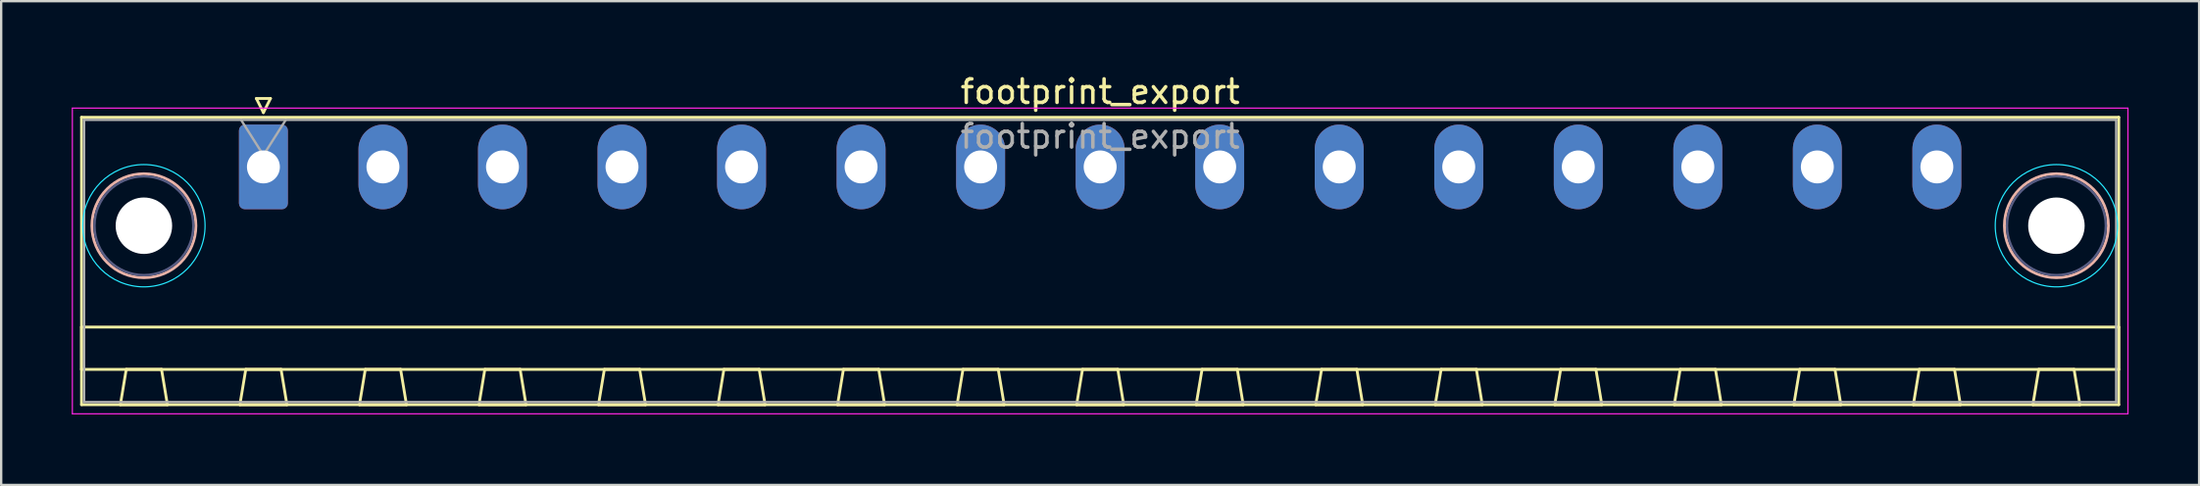
<source format=kicad_pcb>
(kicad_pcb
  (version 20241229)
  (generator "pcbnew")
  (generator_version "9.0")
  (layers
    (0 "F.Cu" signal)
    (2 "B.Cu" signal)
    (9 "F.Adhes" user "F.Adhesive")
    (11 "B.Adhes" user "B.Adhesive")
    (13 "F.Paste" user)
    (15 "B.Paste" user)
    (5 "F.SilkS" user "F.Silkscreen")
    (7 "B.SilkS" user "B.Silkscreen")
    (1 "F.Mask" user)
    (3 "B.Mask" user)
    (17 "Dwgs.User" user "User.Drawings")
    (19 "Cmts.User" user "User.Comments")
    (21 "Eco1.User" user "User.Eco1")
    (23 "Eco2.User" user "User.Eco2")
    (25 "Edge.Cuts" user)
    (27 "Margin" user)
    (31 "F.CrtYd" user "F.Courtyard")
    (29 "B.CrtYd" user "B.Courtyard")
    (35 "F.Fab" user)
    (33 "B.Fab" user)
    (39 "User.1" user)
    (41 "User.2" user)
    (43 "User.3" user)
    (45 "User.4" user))
  (footprint "footprint_export"
    (layer "F.Cu")
    (at 8.145 4.048)
    (property "Reference" "footprint_export" (at 35.56 -3.2 0) (layer "F.SilkS") (effects (font (size 1 1) (thickness 0.15))))
    (attr through_hole)
    (fp_line (start -7.73 -2.11) (end -7.73 10.11) (stroke (width 0.12) (type solid)) (layer "F.SilkS"))
    (fp_line (start -7.73 6.81) (end 78.85 6.81) (stroke (width 0.12) (type solid)) (layer "F.SilkS"))
    (fp_line (start -7.73 8.61) (end -7.73 6.81) (stroke (width 0.12) (type solid)) (layer "F.SilkS"))
    (fp_line (start -7.73 10.11) (end 78.85 10.11) (stroke (width 0.12) (type solid)) (layer "F.SilkS"))
    (fp_line (start -6.08 10.11) (end -4.08 10.11) (stroke (width 0.12) (type solid)) (layer "F.SilkS"))
    (fp_line (start -5.83 8.61) (end -6.08 10.11) (stroke (width 0.12) (type solid)) (layer "F.SilkS"))
    (fp_line (start -4.33 8.61) (end -5.83 8.61) (stroke (width 0.12) (type solid)) (layer "F.SilkS"))
    (fp_line (start -4.08 10.11) (end -4.33 8.61) (stroke (width 0.12) (type solid)) (layer "F.SilkS"))
    (fp_line (start -1 10.11) (end 1 10.11) (stroke (width 0.12) (type solid)) (layer "F.SilkS"))
    (fp_line (start -0.75 8.61) (end -1 10.11) (stroke (width 0.12) (type solid)) (layer "F.SilkS"))
    (fp_line (start -0.3 -2.91) (end 0.3 -2.91) (stroke (width 0.12) (type solid)) (layer "F.SilkS"))
    (fp_line (start 0 -2.31) (end -0.3 -2.91) (stroke (width 0.12) (type solid)) (layer "F.SilkS"))
    (fp_line (start 0.3 -2.91) (end 0 -2.31) (stroke (width 0.12) (type solid)) (layer "F.SilkS"))
    (fp_line (start 0.75 8.61) (end -0.75 8.61) (stroke (width 0.12) (type solid)) (layer "F.SilkS"))
    (fp_line (start 1 10.11) (end 0.75 8.61) (stroke (width 0.12) (type solid)) (layer "F.SilkS"))
    (fp_line (start 4.08 10.11) (end 6.08 10.11) (stroke (width 0.12) (type solid)) (layer "F.SilkS"))
    (fp_line (start 4.33 8.61) (end 4.08 10.11) (stroke (width 0.12) (type solid)) (layer "F.SilkS"))
    (fp_line (start 5.83 8.61) (end 4.33 8.61) (stroke (width 0.12) (type solid)) (layer "F.SilkS"))
    (fp_line (start 6.08 10.11) (end 5.83 8.61) (stroke (width 0.12) (type solid)) (layer "F.SilkS"))
    (fp_line (start 9.16 10.11) (end 11.16 10.11) (stroke (width 0.12) (type solid)) (layer "F.SilkS"))
    (fp_line (start 9.41 8.61) (end 9.16 10.11) (stroke (width 0.12) (type solid)) (layer "F.SilkS"))
    (fp_line (start 10.91 8.61) (end 9.41 8.61) (stroke (width 0.12) (type solid)) (layer "F.SilkS"))
    (fp_line (start 11.16 10.11) (end 10.91 8.61) (stroke (width 0.12) (type solid)) (layer "F.SilkS"))
    (fp_line (start 14.24 10.11) (end 16.24 10.11) (stroke (width 0.12) (type solid)) (layer "F.SilkS"))
    (fp_line (start 14.49 8.61) (end 14.24 10.11) (stroke (width 0.12) (type solid)) (layer "F.SilkS"))
    (fp_line (start 15.99 8.61) (end 14.49 8.61) (stroke (width 0.12) (type solid)) (layer "F.SilkS"))
    (fp_line (start 16.24 10.11) (end 15.99 8.61) (stroke (width 0.12) (type solid)) (layer "F.SilkS"))
    (fp_line (start 19.32 10.11) (end 21.32 10.11) (stroke (width 0.12) (type solid)) (layer "F.SilkS"))
    (fp_line (start 19.57 8.61) (end 19.32 10.11) (stroke (width 0.12) (type solid)) (layer "F.SilkS"))
    (fp_line (start 21.07 8.61) (end 19.57 8.61) (stroke (width 0.12) (type solid)) (layer "F.SilkS"))
    (fp_line (start 21.32 10.11) (end 21.07 8.61) (stroke (width 0.12) (type solid)) (layer "F.SilkS"))
    (fp_line (start 24.4 10.11) (end 26.4 10.11) (stroke (width 0.12) (type solid)) (layer "F.SilkS"))
    (fp_line (start 24.65 8.61) (end 24.4 10.11) (stroke (width 0.12) (type solid)) (layer "F.SilkS"))
    (fp_line (start 26.15 8.61) (end 24.65 8.61) (stroke (width 0.12) (type solid)) (layer "F.SilkS"))
    (fp_line (start 26.4 10.11) (end 26.15 8.61) (stroke (width 0.12) (type solid)) (layer "F.SilkS"))
    (fp_line (start 29.48 10.11) (end 31.48 10.11) (stroke (width 0.12) (type solid)) (layer "F.SilkS"))
    (fp_line (start 29.73 8.61) (end 29.48 10.11) (stroke (width 0.12) (type solid)) (layer "F.SilkS"))
    (fp_line (start 31.23 8.61) (end 29.73 8.61) (stroke (width 0.12) (type solid)) (layer "F.SilkS"))
    (fp_line (start 31.48 10.11) (end 31.23 8.61) (stroke (width 0.12) (type solid)) (layer "F.SilkS"))
    (fp_line (start 34.56 10.11) (end 36.56 10.11) (stroke (width 0.12) (type solid)) (layer "F.SilkS"))
    (fp_line (start 34.81 8.61) (end 34.56 10.11) (stroke (width 0.12) (type solid)) (layer "F.SilkS"))
    (fp_line (start 36.31 8.61) (end 34.81 8.61) (stroke (width 0.12) (type solid)) (layer "F.SilkS"))
    (fp_line (start 36.56 10.11) (end 36.31 8.61) (stroke (width 0.12) (type solid)) (layer "F.SilkS"))
    (fp_line (start 39.64 10.11) (end 41.64 10.11) (stroke (width 0.12) (type solid)) (layer "F.SilkS"))
    (fp_line (start 39.89 8.61) (end 39.64 10.11) (stroke (width 0.12) (type solid)) (layer "F.SilkS"))
    (fp_line (start 41.39 8.61) (end 39.89 8.61) (stroke (width 0.12) (type solid)) (layer "F.SilkS"))
    (fp_line (start 41.64 10.11) (end 41.39 8.61) (stroke (width 0.12) (type solid)) (layer "F.SilkS"))
    (fp_line (start 44.72 10.11) (end 46.72 10.11) (stroke (width 0.12) (type solid)) (layer "F.SilkS"))
    (fp_line (start 44.97 8.61) (end 44.72 10.11) (stroke (width 0.12) (type solid)) (layer "F.SilkS"))
    (fp_line (start 46.47 8.61) (end 44.97 8.61) (stroke (width 0.12) (type solid)) (layer "F.SilkS"))
    (fp_line (start 46.72 10.11) (end 46.47 8.61) (stroke (width 0.12) (type solid)) (layer "F.SilkS"))
    (fp_line (start 49.8 10.11) (end 51.8 10.11) (stroke (width 0.12) (type solid)) (layer "F.SilkS"))
    (fp_line (start 50.05 8.61) (end 49.8 10.11) (stroke (width 0.12) (type solid)) (layer "F.SilkS"))
    (fp_line (start 51.55 8.61) (end 50.05 8.61) (stroke (width 0.12) (type solid)) (layer "F.SilkS"))
    (fp_line (start 51.8 10.11) (end 51.55 8.61) (stroke (width 0.12) (type solid)) (layer "F.SilkS"))
    (fp_line (start 54.88 10.11) (end 56.88 10.11) (stroke (width 0.12) (type solid)) (layer "F.SilkS"))
    (fp_line (start 55.13 8.61) (end 54.88 10.11) (stroke (width 0.12) (type solid)) (layer "F.SilkS"))
    (fp_line (start 56.63 8.61) (end 55.13 8.61) (stroke (width 0.12) (type solid)) (layer "F.SilkS"))
    (fp_line (start 56.88 10.11) (end 56.63 8.61) (stroke (width 0.12) (type solid)) (layer "F.SilkS"))
    (fp_line (start 59.96 10.11) (end 61.96 10.11) (stroke (width 0.12) (type solid)) (layer "F.SilkS"))
    (fp_line (start 60.21 8.61) (end 59.96 10.11) (stroke (width 0.12) (type solid)) (layer "F.SilkS"))
    (fp_line (start 61.71 8.61) (end 60.21 8.61) (stroke (width 0.12) (type solid)) (layer "F.SilkS"))
    (fp_line (start 61.96 10.11) (end 61.71 8.61) (stroke (width 0.12) (type solid)) (layer "F.SilkS"))
    (fp_line (start 65.04 10.11) (end 67.04 10.11) (stroke (width 0.12) (type solid)) (layer "F.SilkS"))
    (fp_line (start 65.29 8.61) (end 65.04 10.11) (stroke (width 0.12) (type solid)) (layer "F.SilkS"))
    (fp_line (start 66.79 8.61) (end 65.29 8.61) (stroke (width 0.12) (type solid)) (layer "F.SilkS"))
    (fp_line (start 67.04 10.11) (end 66.79 8.61) (stroke (width 0.12) (type solid)) (layer "F.SilkS"))
    (fp_line (start 70.12 10.11) (end 72.12 10.11) (stroke (width 0.12) (type solid)) (layer "F.SilkS"))
    (fp_line (start 70.37 8.61) (end 70.12 10.11) (stroke (width 0.12) (type solid)) (layer "F.SilkS"))
    (fp_line (start 71.87 8.61) (end 70.37 8.61) (stroke (width 0.12) (type solid)) (layer "F.SilkS"))
    (fp_line (start 72.12 10.11) (end 71.87 8.61) (stroke (width 0.12) (type solid)) (layer "F.SilkS"))
    (fp_line (start 75.2 10.11) (end 77.2 10.11) (stroke (width 0.12) (type solid)) (layer "F.SilkS"))
    (fp_line (start 75.45 8.61) (end 75.2 10.11) (stroke (width 0.12) (type solid)) (layer "F.SilkS"))
    (fp_line (start 76.95 8.61) (end 75.45 8.61) (stroke (width 0.12) (type solid)) (layer "F.SilkS"))
    (fp_line (start 77.2 10.11) (end 76.95 8.61) (stroke (width 0.12) (type solid)) (layer "F.SilkS"))
    (fp_line (start 78.85 -2.11) (end -7.73 -2.11) (stroke (width 0.12) (type solid)) (layer "F.SilkS"))
    (fp_line (start 78.85 6.81) (end 78.85 8.61) (stroke (width 0.12) (type solid)) (layer "F.SilkS"))
    (fp_line (start 78.85 8.61) (end -7.73 8.61) (stroke (width 0.12) (type solid)) (layer "F.SilkS"))
    (fp_line (start 78.85 10.11) (end 78.85 -2.11) (stroke (width 0.12) (type solid)) (layer "F.SilkS"))
    (fp_circle (center -5.08 2.5) (end -2.87 2.5) (stroke (width 0.12) (type solid)) (fill no) (layer "B.SilkS"))
    (fp_circle (center 76.2 2.5) (end 78.41 2.5) (stroke (width 0.12) (type solid)) (fill no) (layer "B.SilkS"))
    (fp_circle (center -5.08 2.5) (end -2.48 2.5) (stroke (width 0.05) (type solid)) (fill no) (layer "B.CrtYd"))
    (fp_circle (center 76.2 2.5) (end 78.8 2.5) (stroke (width 0.05) (type solid)) (fill no) (layer "B.CrtYd"))
    (fp_line (start -8.12 -2.5) (end -8.12 10.5) (stroke (width 0.05) (type solid)) (layer "F.CrtYd"))
    (fp_line (start -8.12 10.5) (end 79.24 10.5) (stroke (width 0.05) (type solid)) (layer "F.CrtYd"))
    (fp_line (start 79.24 -2.5) (end -8.12 -2.5) (stroke (width 0.05) (type solid)) (layer "F.CrtYd"))
    (fp_line (start 79.24 10.5) (end 79.24 -2.5) (stroke (width 0.05) (type solid)) (layer "F.CrtYd"))
    (fp_circle (center -5.08 2.5) (end -2.98 2.5) (stroke (width 0.1) (type solid)) (fill no) (layer "B.Fab"))
    (fp_circle (center 76.2 2.5) (end 78.3 2.5) (stroke (width 0.1) (type solid)) (fill no) (layer "B.Fab"))
    (fp_line (start -7.62 -2) (end -7.62 10) (stroke (width 0.1) (type solid)) (layer "F.Fab"))
    (fp_line (start -7.62 10) (end 78.74 10) (stroke (width 0.1) (type solid)) (layer "F.Fab"))
    (fp_line (start 0 -0.5) (end -0.95 -2) (stroke (width 0.1) (type solid)) (layer "F.Fab"))
    (fp_line (start 0.95 -2) (end 0 -0.5) (stroke (width 0.1) (type solid)) (layer "F.Fab"))
    (fp_line (start 78.74 -2) (end -7.62 -2) (stroke (width 0.1) (type solid)) (layer "F.Fab"))
    (fp_line (start 78.74 10) (end 78.74 -2) (stroke (width 0.1) (type solid)) (layer "F.Fab"))
    (fp_text user "${REFERENCE}" (at 35.56 -1.3 0) (layer "F.Fab") (effects (font (size 1 1) (thickness 0.15))))
    (pad "" np_thru_hole circle (at -5.08 2.5) (size 2.4 2.4) (drill 2.4) (layers "*.Cu" "*.Mask"))
    (pad "" np_thru_hole circle (at 76.2 2.5) (size 2.4 2.4) (drill 2.4) (layers "*.Cu" "*.Mask"))
    (pad "1" thru_hole roundrect (at 0 0) (size 2.08 3.6) (drill 1.4) (layers "*.Cu" "*.Mask") (roundrect_rratio 0.12))
    (pad "2" thru_hole oval (at 5.08 0) (size 2.08 3.6) (drill 1.4) (layers "*.Cu" "*.Mask"))
    (pad "3" thru_hole oval (at 10.16 0) (size 2.08 3.6) (drill 1.4) (layers "*.Cu" "*.Mask"))
    (pad "4" thru_hole oval (at 15.24 0) (size 2.08 3.6) (drill 1.4) (layers "*.Cu" "*.Mask"))
    (pad "5" thru_hole oval (at 20.32 0) (size 2.08 3.6) (drill 1.4) (layers "*.Cu" "*.Mask"))
    (pad "6" thru_hole oval (at 25.4 0) (size 2.08 3.6) (drill 1.4) (layers "*.Cu" "*.Mask"))
    (pad "7" thru_hole oval (at 30.48 0) (size 2.08 3.6) (drill 1.4) (layers "*.Cu" "*.Mask"))
    (pad "8" thru_hole oval (at 35.56 0) (size 2.08 3.6) (drill 1.4) (layers "*.Cu" "*.Mask"))
    (pad "9" thru_hole oval (at 40.64 0) (size 2.08 3.6) (drill 1.4) (layers "*.Cu" "*.Mask"))
    (pad "10" thru_hole oval (at 45.72 0) (size 2.08 3.6) (drill 1.4) (layers "*.Cu" "*.Mask"))
    (pad "11" thru_hole oval (at 50.8 0) (size 2.08 3.6) (drill 1.4) (layers "*.Cu" "*.Mask"))
    (pad "12" thru_hole oval (at 55.88 0) (size 2.08 3.6) (drill 1.4) (layers "*.Cu" "*.Mask"))
    (pad "13" thru_hole oval (at 60.96 0) (size 2.08 3.6) (drill 1.4) (layers "*.Cu" "*.Mask"))
    (pad "14" thru_hole oval (at 66.04 0) (size 2.08 3.6) (drill 1.4) (layers "*.Cu" "*.Mask"))
    (pad "15" thru_hole oval (at 71.12 0) (size 2.08 3.6) (drill 1.4) (layers "*.Cu" "*.Mask")))
  (gr_rect
    (start -3 -3)
    (end 90.41 17.573)
    (stroke (width 0.1) (type default))
    (fill no)
    (layer "Edge.Cuts")))
</source>
